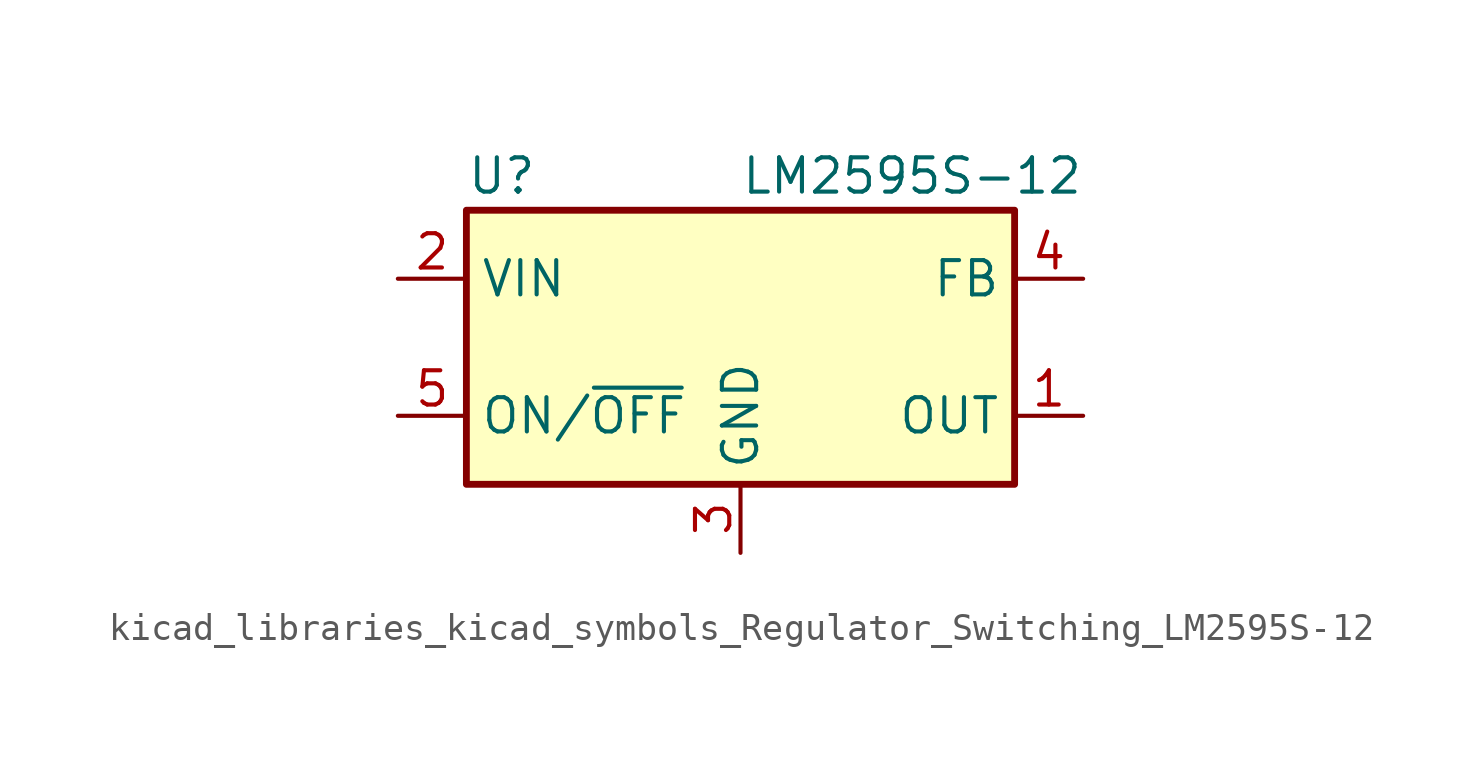
<source format=kicad_sym>
(kicad_symbol_lib
  (version 20220914)
  (generator kicad_symbol_editor)
  (symbol "kicad_libraries_kicad_symbols_Regulator_Switching_LM2595S-12"
    (property "Reference" "U"
      (at -10.16 6.35 0)
      (effects (font (size 1.27 1.27)) (justify left)))
    (property "Value" "LM2595S-12"
      (at 0 6.35 0)
      (effects (font (size 1.27 1.27)) (justify left)))
    (symbol "kicad_libraries_kicad_symbols_Regulator_Switching_LM2595S-12_0_1"
      (rectangle (start -10.16 5.08) (end 10.16 -5.08) (stroke (width 0.254) (type default)) (fill (type background))))
    (symbol "kicad_libraries_kicad_symbols_Regulator_Switching_LM2595S-12_1_1"
      (pin output line (at 12.7 -2.54 180) (length 2.54) (name "OUT" (effects (font (size 1.27 1.27)))) (number "1" (effects (font (size 1.27 1.27)))))
      (pin power_in line (at -12.7 2.54 0) (length 2.54) (name "VIN" (effects (font (size 1.27 1.27)))) (number "2" (effects (font (size 1.27 1.27)))))
      (pin power_in line (at 0 -7.62 90) (length 2.54) (name "GND" (effects (font (size 1.27 1.27)))) (number "3" (effects (font (size 1.27 1.27)))))
      (pin input line (at 12.7 2.54 180) (length 2.54) (name "FB" (effects (font (size 1.27 1.27)))) (number "4" (effects (font (size 1.27 1.27)))))
      (pin input line (at -12.7 -2.54 0) (length 2.54) (name "ON/~{OFF}" (effects (font (size 1.27 1.27)))) (number "5" (effects (font (size 1.27 1.27))))))))
</source>
